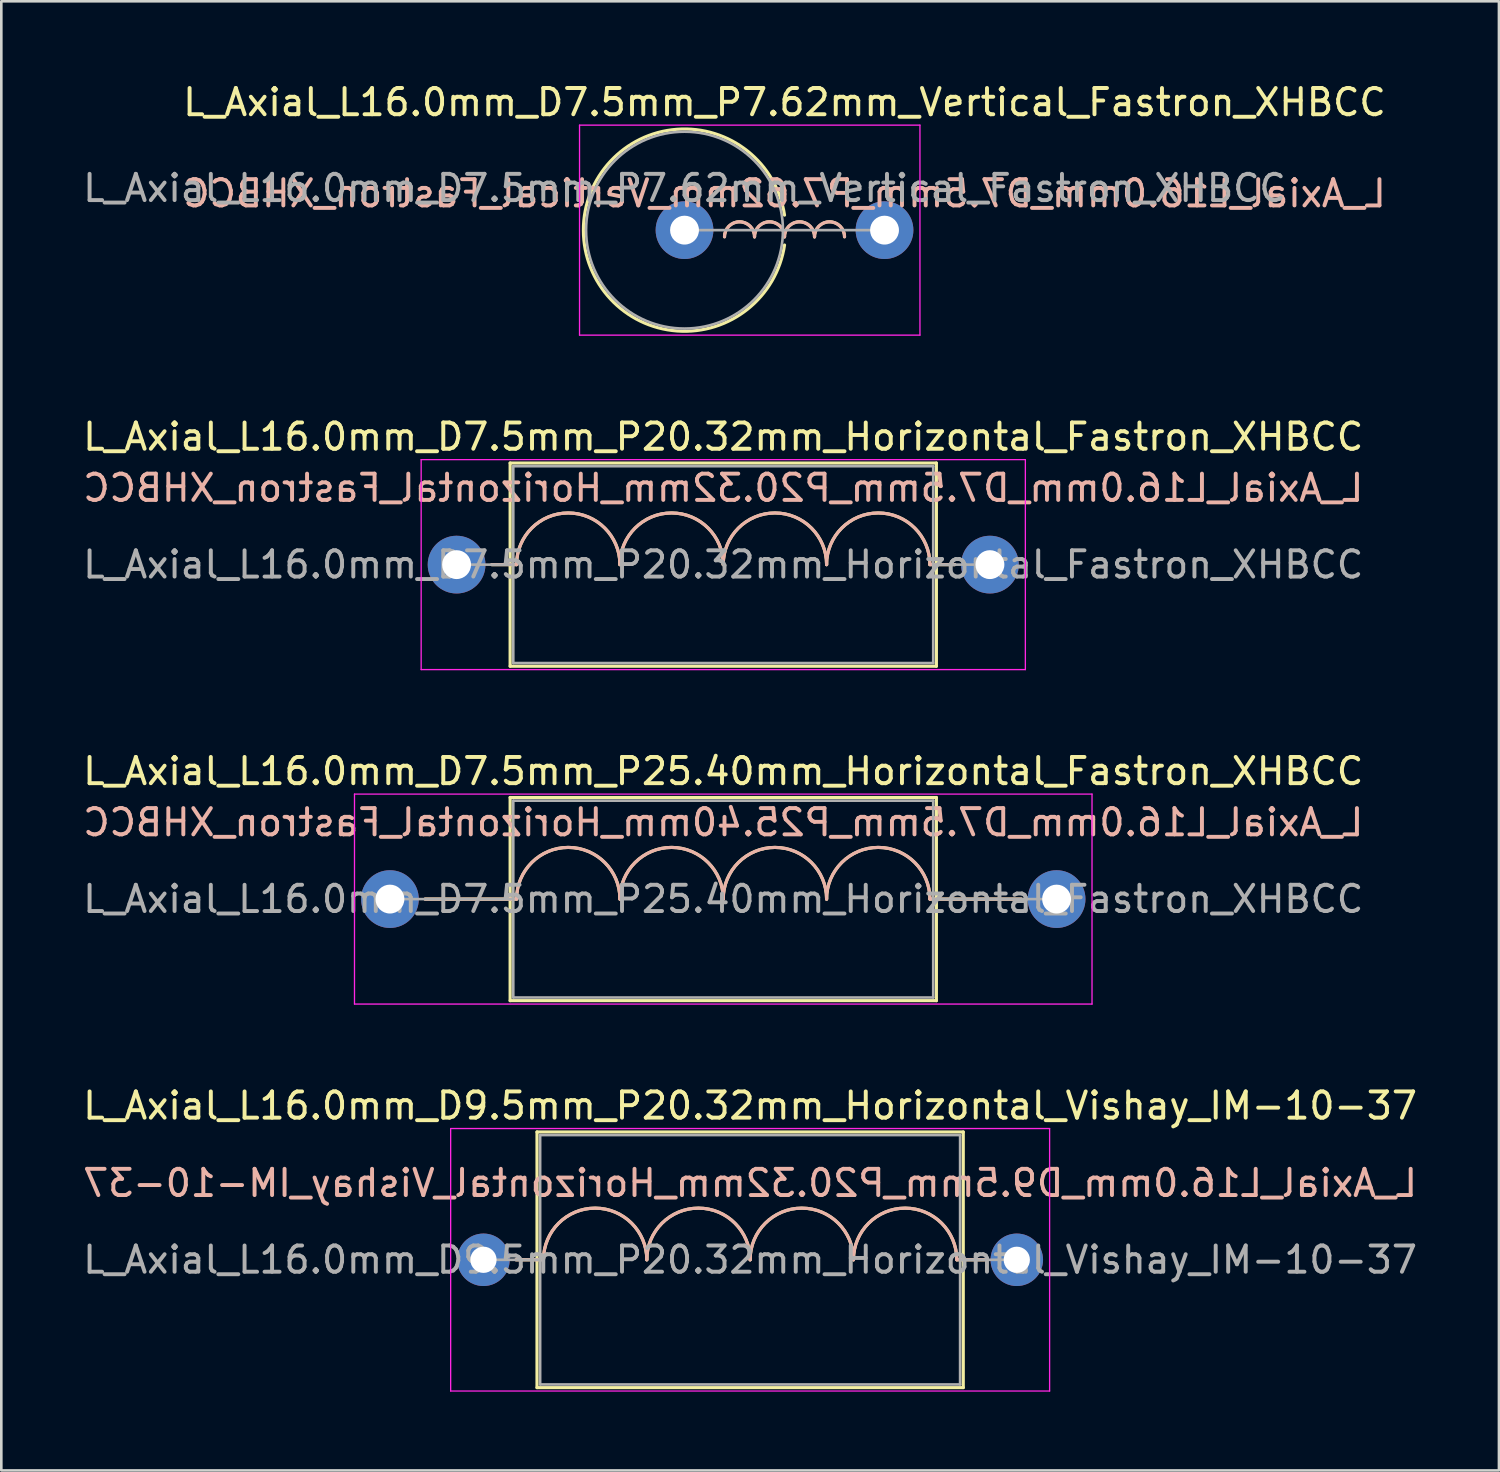
<source format=kicad_pcb>
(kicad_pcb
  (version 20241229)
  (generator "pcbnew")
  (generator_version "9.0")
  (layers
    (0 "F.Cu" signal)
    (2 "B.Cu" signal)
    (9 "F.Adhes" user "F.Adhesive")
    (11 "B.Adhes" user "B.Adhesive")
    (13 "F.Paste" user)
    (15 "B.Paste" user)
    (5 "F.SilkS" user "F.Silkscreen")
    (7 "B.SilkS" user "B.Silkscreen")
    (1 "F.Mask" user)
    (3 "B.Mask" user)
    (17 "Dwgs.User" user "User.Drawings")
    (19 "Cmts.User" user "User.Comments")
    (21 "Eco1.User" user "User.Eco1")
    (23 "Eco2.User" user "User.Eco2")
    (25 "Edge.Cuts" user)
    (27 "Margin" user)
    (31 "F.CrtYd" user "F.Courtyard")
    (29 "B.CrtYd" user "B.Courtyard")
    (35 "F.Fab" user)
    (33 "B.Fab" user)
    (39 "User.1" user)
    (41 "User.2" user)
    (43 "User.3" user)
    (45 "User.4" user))
  (footprint "L_Axial_L16.0mm_D7.5mm_P7.62mm_Vertical_Fastron_XHBCC"
    (layer "F.Cu")
    (at 23.03 5.718)
    (property "Reference" "L_Axial_L16.0mm_D7.5mm_P7.62mm_Vertical_Fastron_XHBCC" (at 3.81 -4.87 0) (layer "F.SilkS") (effects (font (size 1 1) (thickness 0.15))))
    (fp_arc (start 1.524 0.254) (mid 2.0955 -0.3175) (end 2.667 0.254) (stroke (width 0.12) (type solid)) (layer "F.SilkS"))
    (fp_arc (start 2.667 0.254) (mid 3.2385 -0.3175) (end 3.81 0.254) (stroke (width 0.12) (type solid)) (layer "F.SilkS"))
    (fp_arc (start 3.81 0.254) (mid 4.3815 -0.3175) (end 4.953 0.254) (stroke (width 0.12) (type solid)) (layer "F.SilkS"))
    (fp_arc (start 3.810593 0.567535) (mid -3.852624 0.002005) (end 3.81 -0.5715) (stroke (width 0.12) (type solid)) (layer "F.SilkS"))
    (fp_arc (start 4.953 0.254) (mid 5.5245 -0.3175) (end 6.096 0.254) (stroke (width 0.12) (type solid)) (layer "F.SilkS"))
    (fp_arc (start 1.524 0.254) (mid 2.0955 -0.3175) (end 2.667 0.254) (stroke (width 0.12) (type solid)) (layer "B.SilkS"))
    (fp_arc (start 2.667 0.254) (mid 3.2385 -0.3175) (end 3.81 0.254) (stroke (width 0.12) (type solid)) (layer "B.SilkS"))
    (fp_arc (start 3.81 0.254) (mid 4.3815 -0.3175) (end 4.953 0.254) (stroke (width 0.12) (type solid)) (layer "B.SilkS"))
    (fp_arc (start 4.953 0.254) (mid 5.5245 -0.3175) (end 6.096 0.254) (stroke (width 0.12) (type solid)) (layer "B.SilkS"))
    (fp_line (start -4 -4) (end -4 4) (stroke (width 0.05) (type solid)) (layer "F.CrtYd"))
    (fp_line (start -4 4) (end 8.97 4) (stroke (width 0.05) (type solid)) (layer "F.CrtYd"))
    (fp_line (start 8.97 -4) (end -4 -4) (stroke (width 0.05) (type solid)) (layer "F.CrtYd"))
    (fp_line (start 8.97 4) (end 8.97 -4) (stroke (width 0.05) (type solid)) (layer "F.CrtYd"))
    (fp_line (start 0 0) (end 7.62 0) (stroke (width 0.1) (type solid)) (layer "F.Fab"))
    (fp_circle (center 0 0) (end 3.75 0) (stroke (width 0.1) (type solid)) (fill no) (layer "F.Fab"))
    (fp_text user "${REFERENCE}" (at 3.81 -1.397 0) (layer "B.SilkS") (effects (font (size 1 1) (thickness 0.15)) (justify mirror)))
    (fp_text user "${REFERENCE}" (at 0 -1.6 0) (layer "F.Fab") (effects (font (size 1 1) (thickness 0.15))))
    (pad "1" thru_hole circle (at 0 0) (size 2.2 2.2) (drill 1.1) (layers "*.Cu" "*.Mask"))
    (pad "2" thru_hole oval (at 7.62 0) (size 2.2 2.2) (drill 1.1) (layers "*.Cu" "*.Mask")))
  (footprint "L_Axial_L16.0mm_D7.5mm_P25.40mm_Horizontal_Fastron_XHBCC"
    (layer "F.Cu")
    (at 11.806 31.205)
    (property "Reference" "L_Axial_L16.0mm_D7.5mm_P25.40mm_Horizontal_Fastron_XHBCC" (at 12.7 -4.87 0) (layer "F.SilkS") (effects (font (size 1 1) (thickness 0.15))))
    (fp_line (start 1.34 0) (end 4.58 0) (stroke (width 0.12) (type solid)) (layer "F.SilkS"))
    (fp_line (start 4.58 -3.87) (end 4.58 3.87) (stroke (width 0.12) (type solid)) (layer "F.SilkS"))
    (fp_line (start 4.58 3.87) (end 20.82 3.87) (stroke (width 0.12) (type solid)) (layer "F.SilkS"))
    (fp_line (start 4.826 0) (end 4.58 0) (stroke (width 0.12) (type solid)) (layer "F.SilkS"))
    (fp_line (start 20.574 0) (end 20.828 0) (stroke (width 0.12) (type solid)) (layer "F.SilkS"))
    (fp_line (start 20.82 -3.87) (end 4.58 -3.87) (stroke (width 0.12) (type solid)) (layer "F.SilkS"))
    (fp_line (start 20.82 3.87) (end 20.82 -3.87) (stroke (width 0.12) (type solid)) (layer "F.SilkS"))
    (fp_line (start 24.06 0) (end 20.82 0) (stroke (width 0.12) (type solid)) (layer "F.SilkS"))
    (fp_arc (start 4.826 0) (mid 6.7945 -1.9685) (end 8.763 0) (stroke (width 0.12) (type solid)) (layer "F.SilkS"))
    (fp_arc (start 8.763 0) (mid 10.7315 -1.9685) (end 12.7 0) (stroke (width 0.12) (type solid)) (layer "F.SilkS"))
    (fp_arc (start 12.7 0) (mid 14.6685 -1.9685) (end 16.637 0) (stroke (width 0.12) (type solid)) (layer "F.SilkS"))
    (fp_arc (start 16.637 0) (mid 18.6055 -1.9685) (end 20.574 0) (stroke (width 0.12) (type solid)) (layer "F.SilkS"))
    (fp_line (start 1.34 0) (end 4.58 0) (stroke (width 0.12) (type solid)) (layer "B.SilkS"))
    (fp_line (start 4.826 0) (end 4.572 0) (stroke (width 0.12) (type solid)) (layer "B.SilkS"))
    (fp_line (start 20.574 0) (end 20.82 0) (stroke (width 0.12) (type solid)) (layer "B.SilkS"))
    (fp_line (start 24.06 0) (end 20.82 0) (stroke (width 0.12) (type solid)) (layer "B.SilkS"))
    (fp_arc (start 4.826 0) (mid 6.7945 -1.9685) (end 8.763 0) (stroke (width 0.12) (type solid)) (layer "B.SilkS"))
    (fp_arc (start 8.763 0) (mid 10.7315 -1.9685) (end 12.7 0) (stroke (width 0.12) (type solid)) (layer "B.SilkS"))
    (fp_arc (start 12.7 0) (mid 14.6685 -1.9685) (end 16.637 0) (stroke (width 0.12) (type solid)) (layer "B.SilkS"))
    (fp_arc (start 16.637 0) (mid 18.6055 -1.9685) (end 20.574 0) (stroke (width 0.12) (type solid)) (layer "B.SilkS"))
    (fp_line (start -1.35 -4) (end -1.35 4) (stroke (width 0.05) (type solid)) (layer "F.CrtYd"))
    (fp_line (start -1.35 4) (end 26.75 4) (stroke (width 0.05) (type solid)) (layer "F.CrtYd"))
    (fp_line (start 26.75 -4) (end -1.35 -4) (stroke (width 0.05) (type solid)) (layer "F.CrtYd"))
    (fp_line (start 26.75 4) (end 26.75 -4) (stroke (width 0.05) (type solid)) (layer "F.CrtYd"))
    (fp_line (start 0 0) (end 4.7 0) (stroke (width 0.1) (type solid)) (layer "F.Fab"))
    (fp_line (start 4.7 -3.75) (end 4.7 3.75) (stroke (width 0.1) (type solid)) (layer "F.Fab"))
    (fp_line (start 4.7 3.75) (end 20.7 3.75) (stroke (width 0.1) (type solid)) (layer "F.Fab"))
    (fp_line (start 20.7 -3.75) (end 4.7 -3.75) (stroke (width 0.1) (type solid)) (layer "F.Fab"))
    (fp_line (start 20.7 3.75) (end 20.7 -3.75) (stroke (width 0.1) (type solid)) (layer "F.Fab"))
    (fp_line (start 25.4 0) (end 20.7 0) (stroke (width 0.1) (type solid)) (layer "F.Fab"))
    (fp_text user "${REFERENCE}" (at 12.7 -2.921 0) (layer "B.SilkS") (effects (font (size 1 1) (thickness 0.15)) (justify mirror)))
    (fp_text user "${REFERENCE}" (at 12.7 0 0) (layer "F.Fab") (effects (font (size 1 1) (thickness 0.15))))
    (pad "1" thru_hole circle (at 0 0) (size 2.2 2.2) (drill 1.1) (layers "*.Cu" "*.Mask"))
    (pad "2" thru_hole oval (at 25.4 0) (size 2.2 2.2) (drill 1.1) (layers "*.Cu" "*.Mask")))
  (footprint "L_Axial_L16.0mm_D9.5mm_P20.32mm_Horizontal_Vishay_IM-10-37"
    (layer "F.Cu")
    (at 15.37 44.948)
    (property "Reference" "L_Axial_L16.0mm_D9.5mm_P20.32mm_Horizontal_Vishay_IM-10-37" (at 10.16 -5.87 0) (layer "F.SilkS") (effects (font (size 1 1) (thickness 0.15))))
    (fp_line (start 1.24 0) (end 2.04 0) (stroke (width 0.12) (type solid)) (layer "F.SilkS"))
    (fp_line (start 2.04 -4.87) (end 2.04 4.87) (stroke (width 0.12) (type solid)) (layer "F.SilkS"))
    (fp_line (start 2.04 4.87) (end 18.28 4.87) (stroke (width 0.12) (type solid)) (layer "F.SilkS"))
    (fp_line (start 2.286 0) (end 2.04 0) (stroke (width 0.12) (type solid)) (layer "F.SilkS"))
    (fp_line (start 18.034 0) (end 18.288 0) (stroke (width 0.12) (type solid)) (layer "F.SilkS"))
    (fp_line (start 18.28 -4.87) (end 2.04 -4.87) (stroke (width 0.12) (type solid)) (layer "F.SilkS"))
    (fp_line (start 18.28 4.87) (end 18.28 -4.87) (stroke (width 0.12) (type solid)) (layer "F.SilkS"))
    (fp_line (start 19.08 0) (end 18.28 0) (stroke (width 0.12) (type solid)) (layer "F.SilkS"))
    (fp_arc (start 2.286 0) (mid 4.2545 -1.9685) (end 6.223 0) (stroke (width 0.12) (type solid)) (layer "F.SilkS"))
    (fp_arc (start 6.223 0) (mid 8.1915 -1.9685) (end 10.16 0) (stroke (width 0.12) (type solid)) (layer "F.SilkS"))
    (fp_arc (start 10.16 0) (mid 12.1285 -1.9685) (end 14.097 0) (stroke (width 0.12) (type solid)) (layer "F.SilkS"))
    (fp_arc (start 14.097 0) (mid 16.0655 -1.9685) (end 18.034 0) (stroke (width 0.12) (type solid)) (layer "F.SilkS"))
    (fp_line (start 1.24 0) (end 2.04 0) (stroke (width 0.12) (type solid)) (layer "B.SilkS"))
    (fp_line (start 2.286 0) (end 2.032 0) (stroke (width 0.12) (type solid)) (layer "B.SilkS"))
    (fp_line (start 18.034 0) (end 18.28 0) (stroke (width 0.12) (type solid)) (layer "B.SilkS"))
    (fp_line (start 19.08 0) (end 18.28 0) (stroke (width 0.12) (type solid)) (layer "B.SilkS"))
    (fp_arc (start 2.286 0) (mid 4.2545 -1.9685) (end 6.223 0) (stroke (width 0.12) (type solid)) (layer "B.SilkS"))
    (fp_arc (start 6.223 0) (mid 8.1915 -1.9685) (end 10.16 0) (stroke (width 0.12) (type solid)) (layer "B.SilkS"))
    (fp_arc (start 10.16 0) (mid 12.1285 -1.9685) (end 14.097 0) (stroke (width 0.12) (type solid)) (layer "B.SilkS"))
    (fp_arc (start 14.097 0) (mid 16.0655 -1.9685) (end 18.034 0) (stroke (width 0.12) (type solid)) (layer "B.SilkS"))
    (fp_line (start -1.25 -5) (end -1.25 5) (stroke (width 0.05) (type solid)) (layer "F.CrtYd"))
    (fp_line (start -1.25 5) (end 21.57 5) (stroke (width 0.05) (type solid)) (layer "F.CrtYd"))
    (fp_line (start 21.57 -5) (end -1.25 -5) (stroke (width 0.05) (type solid)) (layer "F.CrtYd"))
    (fp_line (start 21.57 5) (end 21.57 -5) (stroke (width 0.05) (type solid)) (layer "F.CrtYd"))
    (fp_line (start 0 0) (end 2.16 0) (stroke (width 0.1) (type solid)) (layer "F.Fab"))
    (fp_line (start 2.16 -4.75) (end 2.16 4.75) (stroke (width 0.1) (type solid)) (layer "F.Fab"))
    (fp_line (start 2.16 4.75) (end 18.16 4.75) (stroke (width 0.1) (type solid)) (layer "F.Fab"))
    (fp_line (start 18.16 -4.75) (end 2.16 -4.75) (stroke (width 0.1) (type solid)) (layer "F.Fab"))
    (fp_line (start 18.16 4.75) (end 18.16 -4.75) (stroke (width 0.1) (type solid)) (layer "F.Fab"))
    (fp_line (start 20.32 0) (end 18.16 0) (stroke (width 0.1) (type solid)) (layer "F.Fab"))
    (fp_text user "${REFERENCE}" (at 10.16 -2.921 0) (layer "B.SilkS") (effects (font (size 1 1) (thickness 0.15)) (justify mirror)))
    (fp_text user "${REFERENCE}" (at 10.16 0 0) (layer "F.Fab") (effects (font (size 1 1) (thickness 0.15))))
    (pad "1" thru_hole circle (at 0 0) (size 2 2) (drill 1) (layers "*.Cu" "*.Mask"))
    (pad "2" thru_hole oval (at 20.32 0) (size 2 2) (drill 1) (layers "*.Cu" "*.Mask")))
  (footprint "L_Axial_L16.0mm_D7.5mm_P20.32mm_Horizontal_Fastron_XHBCC"
    (layer "F.Cu")
    (at 14.346 18.462)
    (property "Reference" "L_Axial_L16.0mm_D7.5mm_P20.32mm_Horizontal_Fastron_XHBCC" (at 10.16 -4.87 0) (layer "F.SilkS") (effects (font (size 1 1) (thickness 0.15))))
    (fp_line (start 1.34 0) (end 2.04 0) (stroke (width 0.12) (type solid)) (layer "F.SilkS"))
    (fp_line (start 2.04 -3.87) (end 2.04 3.87) (stroke (width 0.12) (type solid)) (layer "F.SilkS"))
    (fp_line (start 2.04 3.87) (end 18.28 3.87) (stroke (width 0.12) (type solid)) (layer "F.SilkS"))
    (fp_line (start 2.286 0) (end 2.04 0) (stroke (width 0.12) (type solid)) (layer "F.SilkS"))
    (fp_line (start 18.034 0) (end 18.288 0) (stroke (width 0.12) (type solid)) (layer "F.SilkS"))
    (fp_line (start 18.28 -3.87) (end 2.04 -3.87) (stroke (width 0.12) (type solid)) (layer "F.SilkS"))
    (fp_line (start 18.28 3.87) (end 18.28 -3.87) (stroke (width 0.12) (type solid)) (layer "F.SilkS"))
    (fp_line (start 18.98 0) (end 18.28 0) (stroke (width 0.12) (type solid)) (layer "F.SilkS"))
    (fp_arc (start 2.286 0) (mid 4.2545 -1.9685) (end 6.223 0) (stroke (width 0.12) (type solid)) (layer "F.SilkS"))
    (fp_arc (start 6.223 0) (mid 8.1915 -1.9685) (end 10.16 0) (stroke (width 0.12) (type solid)) (layer "F.SilkS"))
    (fp_arc (start 10.16 0) (mid 12.1285 -1.9685) (end 14.097 0) (stroke (width 0.12) (type solid)) (layer "F.SilkS"))
    (fp_arc (start 14.097 0) (mid 16.0655 -1.9685) (end 18.034 0) (stroke (width 0.12) (type solid)) (layer "F.SilkS"))
    (fp_line (start 1.34 0) (end 2.04 0) (stroke (width 0.12) (type solid)) (layer "B.SilkS"))
    (fp_line (start 2.286 0) (end 2.032 0) (stroke (width 0.12) (type solid)) (layer "B.SilkS"))
    (fp_line (start 18.034 0) (end 18.28 0) (stroke (width 0.12) (type solid)) (layer "B.SilkS"))
    (fp_line (start 18.98 0) (end 18.28 0) (stroke (width 0.12) (type solid)) (layer "B.SilkS"))
    (fp_arc (start 2.286 0) (mid 4.2545 -1.9685) (end 6.223 0) (stroke (width 0.12) (type solid)) (layer "B.SilkS"))
    (fp_arc (start 6.223 0) (mid 8.1915 -1.9685) (end 10.16 0) (stroke (width 0.12) (type solid)) (layer "B.SilkS"))
    (fp_arc (start 10.16 0) (mid 12.1285 -1.9685) (end 14.097 0) (stroke (width 0.12) (type solid)) (layer "B.SilkS"))
    (fp_arc (start 14.097 0) (mid 16.0655 -1.9685) (end 18.034 0) (stroke (width 0.12) (type solid)) (layer "B.SilkS"))
    (fp_line (start -1.35 -4) (end -1.35 4) (stroke (width 0.05) (type solid)) (layer "F.CrtYd"))
    (fp_line (start -1.35 4) (end 21.67 4) (stroke (width 0.05) (type solid)) (layer "F.CrtYd"))
    (fp_line (start 21.67 -4) (end -1.35 -4) (stroke (width 0.05) (type solid)) (layer "F.CrtYd"))
    (fp_line (start 21.67 4) (end 21.67 -4) (stroke (width 0.05) (type solid)) (layer "F.CrtYd"))
    (fp_line (start 0 0) (end 2.16 0) (stroke (width 0.1) (type solid)) (layer "F.Fab"))
    (fp_line (start 2.16 -3.75) (end 2.16 3.75) (stroke (width 0.1) (type solid)) (layer "F.Fab"))
    (fp_line (start 2.16 3.75) (end 18.16 3.75) (stroke (width 0.1) (type solid)) (layer "F.Fab"))
    (fp_line (start 18.16 -3.75) (end 2.16 -3.75) (stroke (width 0.1) (type solid)) (layer "F.Fab"))
    (fp_line (start 18.16 3.75) (end 18.16 -3.75) (stroke (width 0.1) (type solid)) (layer "F.Fab"))
    (fp_line (start 20.32 0) (end 18.16 0) (stroke (width 0.1) (type solid)) (layer "F.Fab"))
    (fp_text user "${REFERENCE}" (at 10.16 -2.921 0) (layer "B.SilkS") (effects (font (size 1 1) (thickness 0.15)) (justify mirror)))
    (fp_text user "${REFERENCE}" (at 10.16 0 0) (layer "F.Fab") (effects (font (size 1 1) (thickness 0.15))))
    (pad "1" thru_hole circle (at 0 0) (size 2.2 2.2) (drill 1.1) (layers "*.Cu" "*.Mask"))
    (pad "2" thru_hole oval (at 20.32 0) (size 2.2 2.2) (drill 1.1) (layers "*.Cu" "*.Mask")))
  (gr_rect
    (start -3 -3)
    (end 54.06 52.973)
    (stroke (width 0.1) (type default))
    (fill no)
    (layer "Edge.Cuts")))
</source>
